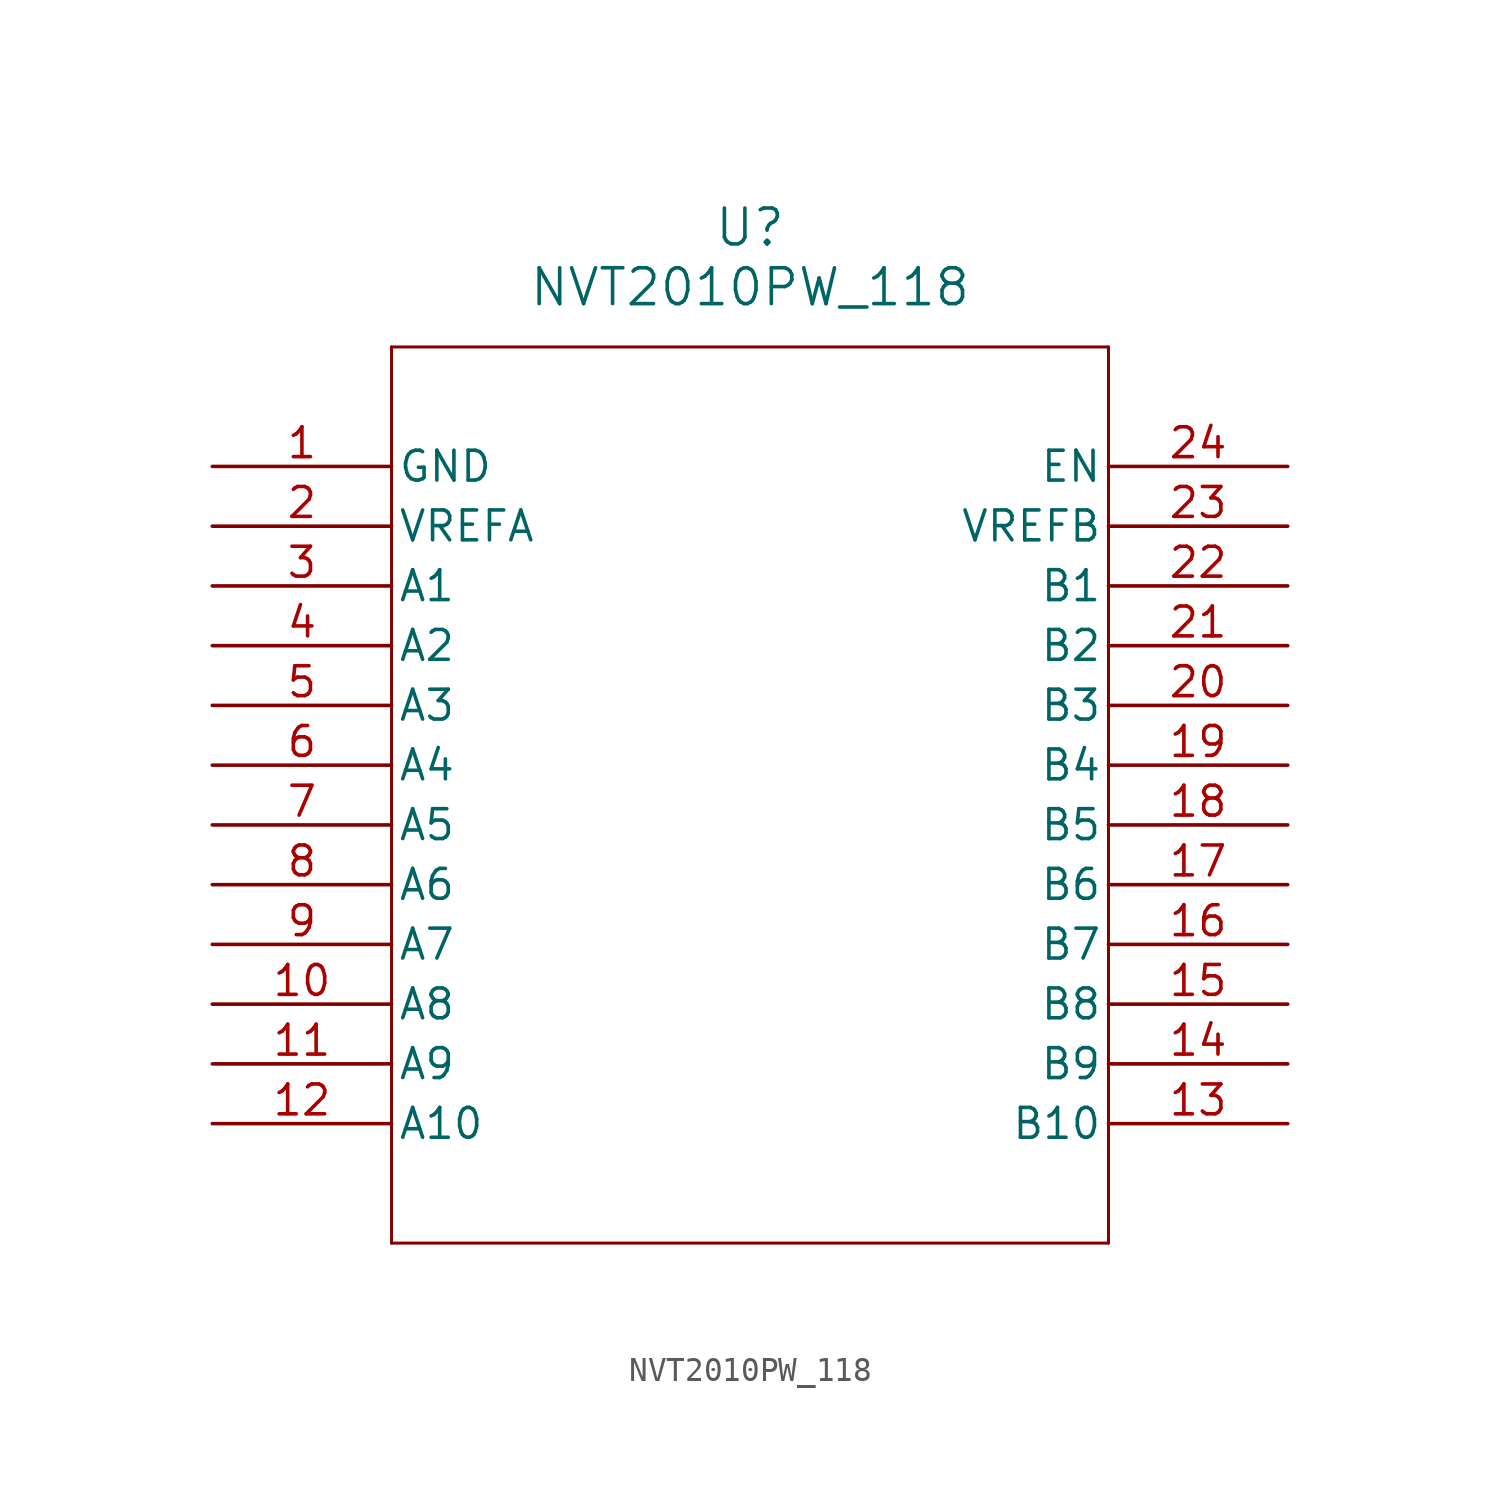
<source format=kicad_sym>
(kicad_symbol_lib
  (version 20211014)
  (generator kicad_symbol_editor)
  (symbol "NVT2010PW_118"
    (pin_names
      (offset 0.254))
    (property "Reference" "U"
      (at 22.86 10.16 0)
      (effects (font (size 1.524 1.524))))
    (property "Value" "NVT2010PW_118"
      (at 22.86 7.62 0)
      (effects (font (size 1.524 1.524))))
    (symbol "NVT2010PW_118_0_1"
      (polyline (pts (xy 7.62 5.08) (xy 7.62 -33.02)) (stroke (width 0.127) (type default) (color 0 0 0 0)) (fill (type none)))
      (polyline (pts (xy 7.62 -33.02) (xy 38.1 -33.02)) (stroke (width 0.127) (type default) (color 0 0 0 0)) (fill (type none)))
      (polyline (pts (xy 38.1 -33.02) (xy 38.1 5.08)) (stroke (width 0.127) (type default) (color 0 0 0 0)) (fill (type none)))
      (polyline (pts (xy 38.1 5.08) (xy 7.62 5.08)) (stroke (width 0.127) (type default) (color 0 0 0 0)) (fill (type none)))
      (pin power_out line (at 0 0 0) (length 7.62) (name "GND" (effects (font (size 1.27 1.27)))) (number "1" (effects (font (size 1.27 1.27)))))
      (pin power_in line (at 0 -2.54 0) (length 7.62) (name "VREFA" (effects (font (size 1.27 1.27)))) (number "2" (effects (font (size 1.27 1.27)))))
      (pin bidirectional line (at 0 -5.08 0) (length 7.62) (name "A1" (effects (font (size 1.27 1.27)))) (number "3" (effects (font (size 1.27 1.27)))))
      (pin bidirectional line (at 0 -7.62 0) (length 7.62) (name "A2" (effects (font (size 1.27 1.27)))) (number "4" (effects (font (size 1.27 1.27)))))
      (pin bidirectional line (at 0 -10.16 0) (length 7.62) (name "A3" (effects (font (size 1.27 1.27)))) (number "5" (effects (font (size 1.27 1.27)))))
      (pin bidirectional line (at 0 -12.7 0) (length 7.62) (name "A4" (effects (font (size 1.27 1.27)))) (number "6" (effects (font (size 1.27 1.27)))))
      (pin bidirectional line (at 0 -15.24 0) (length 7.62) (name "A5" (effects (font (size 1.27 1.27)))) (number "7" (effects (font (size 1.27 1.27)))))
      (pin bidirectional line (at 0 -17.78 0) (length 7.62) (name "A6" (effects (font (size 1.27 1.27)))) (number "8" (effects (font (size 1.27 1.27)))))
      (pin bidirectional line (at 0 -20.32 0) (length 7.62) (name "A7" (effects (font (size 1.27 1.27)))) (number "9" (effects (font (size 1.27 1.27)))))
      (pin bidirectional line (at 0 -22.86 0) (length 7.62) (name "A8" (effects (font (size 1.27 1.27)))) (number "10" (effects (font (size 1.27 1.27)))))
      (pin bidirectional line (at 0 -25.4 0) (length 7.62) (name "A9" (effects (font (size 1.27 1.27)))) (number "11" (effects (font (size 1.27 1.27)))))
      (pin bidirectional line (at 0 -27.94 0) (length 7.62) (name "A10" (effects (font (size 1.27 1.27)))) (number "12" (effects (font (size 1.27 1.27)))))
      (pin bidirectional line (at 45.72 -27.94 180) (length 7.62) (name "B10" (effects (font (size 1.27 1.27)))) (number "13" (effects (font (size 1.27 1.27)))))
      (pin bidirectional line (at 45.72 -25.4 180) (length 7.62) (name "B9" (effects (font (size 1.27 1.27)))) (number "14" (effects (font (size 1.27 1.27)))))
      (pin bidirectional line (at 45.72 -22.86 180) (length 7.62) (name "B8" (effects (font (size 1.27 1.27)))) (number "15" (effects (font (size 1.27 1.27)))))
      (pin bidirectional line (at 45.72 -20.32 180) (length 7.62) (name "B7" (effects (font (size 1.27 1.27)))) (number "16" (effects (font (size 1.27 1.27)))))
      (pin bidirectional line (at 45.72 -17.78 180) (length 7.62) (name "B6" (effects (font (size 1.27 1.27)))) (number "17" (effects (font (size 1.27 1.27)))))
      (pin bidirectional line (at 45.72 -15.24 180) (length 7.62) (name "B5" (effects (font (size 1.27 1.27)))) (number "18" (effects (font (size 1.27 1.27)))))
      (pin bidirectional line (at 45.72 -12.7 180) (length 7.62) (name "B4" (effects (font (size 1.27 1.27)))) (number "19" (effects (font (size 1.27 1.27)))))
      (pin bidirectional line (at 45.72 -10.16 180) (length 7.62) (name "B3" (effects (font (size 1.27 1.27)))) (number "20" (effects (font (size 1.27 1.27)))))
      (pin bidirectional line (at 45.72 -7.62 180) (length 7.62) (name "B2" (effects (font (size 1.27 1.27)))) (number "21" (effects (font (size 1.27 1.27)))))
      (pin bidirectional line (at 45.72 -5.08 180) (length 7.62) (name "B1" (effects (font (size 1.27 1.27)))) (number "22" (effects (font (size 1.27 1.27)))))
      (pin power_in line (at 45.72 -2.54 180) (length 7.62) (name "VREFB" (effects (font (size 1.27 1.27)))) (number "23" (effects (font (size 1.27 1.27)))))
      (pin input line (at 45.72 0 180) (length 7.62) (name "EN" (effects (font (size 1.27 1.27)))) (number "24" (effects (font (size 1.27 1.27))))))))
</source>
